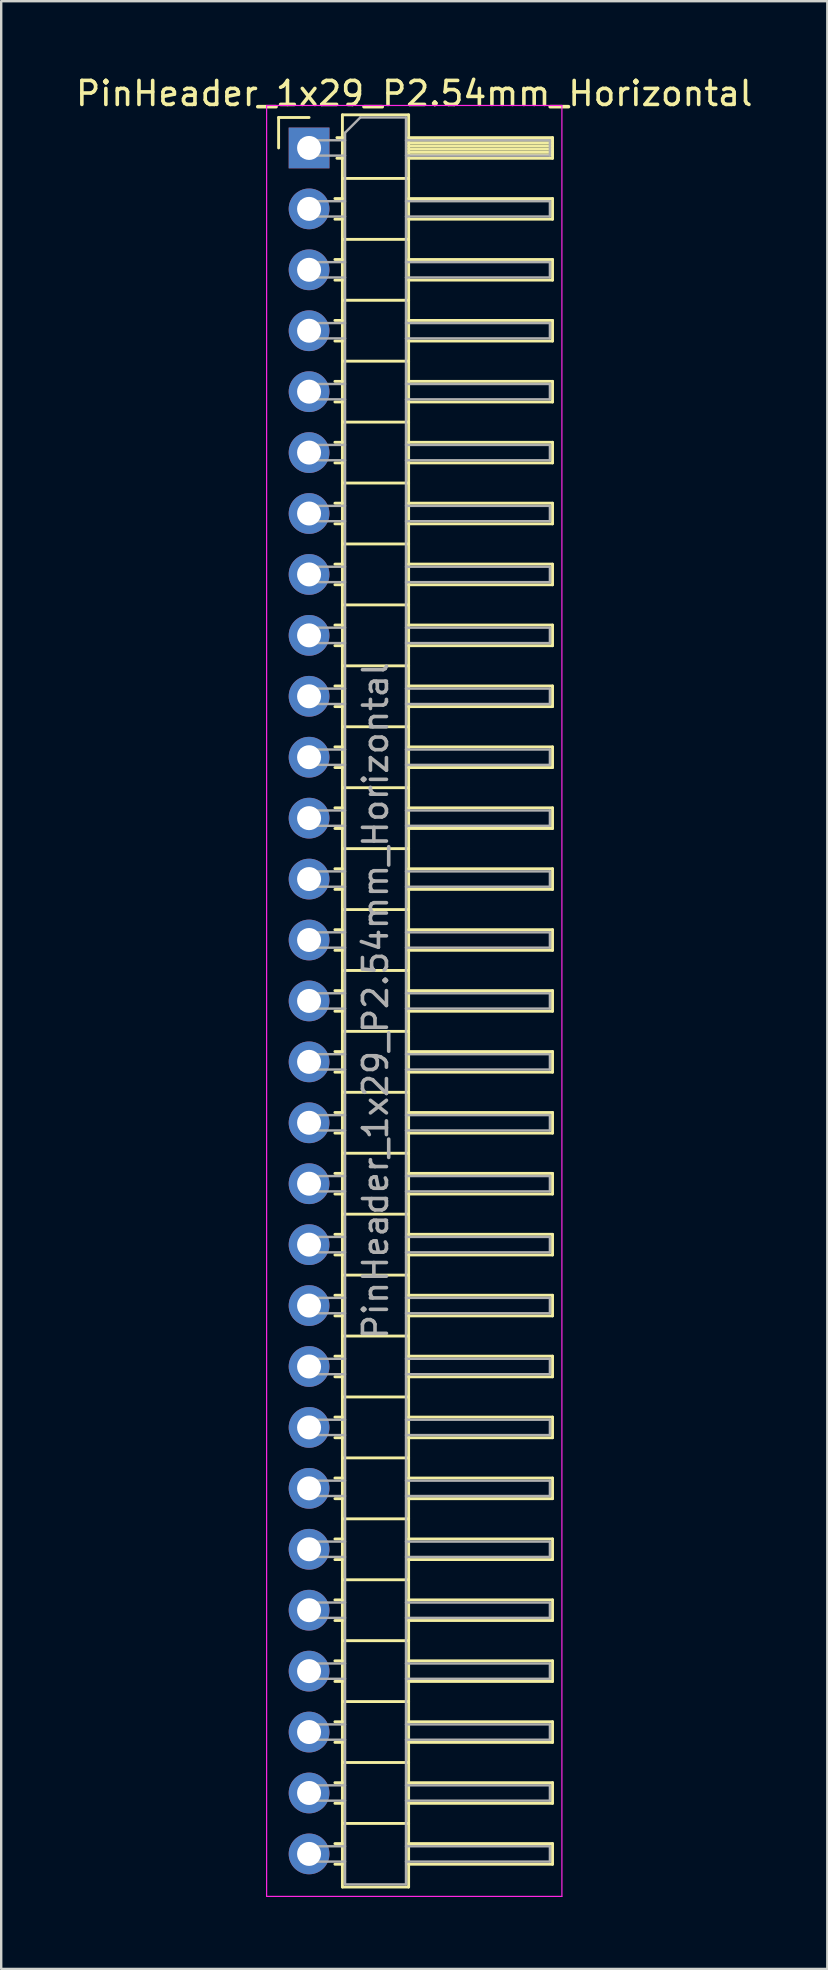
<source format=kicad_pcb>
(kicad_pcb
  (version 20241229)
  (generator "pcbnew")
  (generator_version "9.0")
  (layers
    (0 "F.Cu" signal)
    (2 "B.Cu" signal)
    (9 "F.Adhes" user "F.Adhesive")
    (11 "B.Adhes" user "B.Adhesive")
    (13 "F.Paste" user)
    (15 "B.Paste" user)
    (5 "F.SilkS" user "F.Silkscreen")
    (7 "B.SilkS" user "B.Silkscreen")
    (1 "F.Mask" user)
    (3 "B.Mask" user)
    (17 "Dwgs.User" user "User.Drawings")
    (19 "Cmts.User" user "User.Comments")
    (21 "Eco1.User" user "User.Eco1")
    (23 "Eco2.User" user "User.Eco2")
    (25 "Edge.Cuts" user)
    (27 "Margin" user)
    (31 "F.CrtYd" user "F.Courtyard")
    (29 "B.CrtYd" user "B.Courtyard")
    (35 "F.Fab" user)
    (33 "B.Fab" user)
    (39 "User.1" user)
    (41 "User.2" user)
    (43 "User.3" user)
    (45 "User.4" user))
  (footprint "PinHeader_1x29_P2.54mm_Horizontal"
    (layer "F.Cu")
    (at 9.835 3.118)
    (property "Reference" "PinHeader_1x29_P2.54mm_Horizontal" (at 4.385 -2.27 0) (layer "F.SilkS") (effects (font (size 1 1) (thickness 0.15))))
    (attr through_hole)
    (fp_line (start -1.27 -1.27) (end 0 -1.27) (stroke (width 0.12) (type solid)) (layer "F.SilkS"))
    (fp_line (start -1.27 0) (end -1.27 -1.27) (stroke (width 0.12) (type solid)) (layer "F.SilkS"))
    (fp_line (start 1.077 2.11) (end 1.39 2.11) (stroke (width 0.12) (type solid)) (layer "F.SilkS"))
    (fp_line (start 1.077 2.97) (end 1.39 2.97) (stroke (width 0.12) (type solid)) (layer "F.SilkS"))
    (fp_line (start 1.077 4.65) (end 1.39 4.65) (stroke (width 0.12) (type solid)) (layer "F.SilkS"))
    (fp_line (start 1.077 5.51) (end 1.39 5.51) (stroke (width 0.12) (type solid)) (layer "F.SilkS"))
    (fp_line (start 1.077 7.19) (end 1.39 7.19) (stroke (width 0.12) (type solid)) (layer "F.SilkS"))
    (fp_line (start 1.077 8.05) (end 1.39 8.05) (stroke (width 0.12) (type solid)) (layer "F.SilkS"))
    (fp_line (start 1.077 9.73) (end 1.39 9.73) (stroke (width 0.12) (type solid)) (layer "F.SilkS"))
    (fp_line (start 1.077 10.59) (end 1.39 10.59) (stroke (width 0.12) (type solid)) (layer "F.SilkS"))
    (fp_line (start 1.077 12.27) (end 1.39 12.27) (stroke (width 0.12) (type solid)) (layer "F.SilkS"))
    (fp_line (start 1.077 13.13) (end 1.39 13.13) (stroke (width 0.12) (type solid)) (layer "F.SilkS"))
    (fp_line (start 1.077 14.81) (end 1.39 14.81) (stroke (width 0.12) (type solid)) (layer "F.SilkS"))
    (fp_line (start 1.077 15.67) (end 1.39 15.67) (stroke (width 0.12) (type solid)) (layer "F.SilkS"))
    (fp_line (start 1.077 17.35) (end 1.39 17.35) (stroke (width 0.12) (type solid)) (layer "F.SilkS"))
    (fp_line (start 1.077 18.21) (end 1.39 18.21) (stroke (width 0.12) (type solid)) (layer "F.SilkS"))
    (fp_line (start 1.077 19.89) (end 1.39 19.89) (stroke (width 0.12) (type solid)) (layer "F.SilkS"))
    (fp_line (start 1.077 20.75) (end 1.39 20.75) (stroke (width 0.12) (type solid)) (layer "F.SilkS"))
    (fp_line (start 1.077 22.43) (end 1.39 22.43) (stroke (width 0.12) (type solid)) (layer "F.SilkS"))
    (fp_line (start 1.077 23.29) (end 1.39 23.29) (stroke (width 0.12) (type solid)) (layer "F.SilkS"))
    (fp_line (start 1.077 24.97) (end 1.39 24.97) (stroke (width 0.12) (type solid)) (layer "F.SilkS"))
    (fp_line (start 1.077 25.83) (end 1.39 25.83) (stroke (width 0.12) (type solid)) (layer "F.SilkS"))
    (fp_line (start 1.077 27.51) (end 1.39 27.51) (stroke (width 0.12) (type solid)) (layer "F.SilkS"))
    (fp_line (start 1.077 28.37) (end 1.39 28.37) (stroke (width 0.12) (type solid)) (layer "F.SilkS"))
    (fp_line (start 1.077 30.05) (end 1.39 30.05) (stroke (width 0.12) (type solid)) (layer "F.SilkS"))
    (fp_line (start 1.077 30.91) (end 1.39 30.91) (stroke (width 0.12) (type solid)) (layer "F.SilkS"))
    (fp_line (start 1.077 32.59) (end 1.39 32.59) (stroke (width 0.12) (type solid)) (layer "F.SilkS"))
    (fp_line (start 1.077 33.45) (end 1.39 33.45) (stroke (width 0.12) (type solid)) (layer "F.SilkS"))
    (fp_line (start 1.077 35.13) (end 1.39 35.13) (stroke (width 0.12) (type solid)) (layer "F.SilkS"))
    (fp_line (start 1.077 35.99) (end 1.39 35.99) (stroke (width 0.12) (type solid)) (layer "F.SilkS"))
    (fp_line (start 1.077 37.67) (end 1.39 37.67) (stroke (width 0.12) (type solid)) (layer "F.SilkS"))
    (fp_line (start 1.077 38.53) (end 1.39 38.53) (stroke (width 0.12) (type solid)) (layer "F.SilkS"))
    (fp_line (start 1.077 40.21) (end 1.39 40.21) (stroke (width 0.12) (type solid)) (layer "F.SilkS"))
    (fp_line (start 1.077 41.07) (end 1.39 41.07) (stroke (width 0.12) (type solid)) (layer "F.SilkS"))
    (fp_line (start 1.077 42.75) (end 1.39 42.75) (stroke (width 0.12) (type solid)) (layer "F.SilkS"))
    (fp_line (start 1.077 43.61) (end 1.39 43.61) (stroke (width 0.12) (type solid)) (layer "F.SilkS"))
    (fp_line (start 1.077 45.29) (end 1.39 45.29) (stroke (width 0.12) (type solid)) (layer "F.SilkS"))
    (fp_line (start 1.077 46.15) (end 1.39 46.15) (stroke (width 0.12) (type solid)) (layer "F.SilkS"))
    (fp_line (start 1.077 47.83) (end 1.39 47.83) (stroke (width 0.12) (type solid)) (layer "F.SilkS"))
    (fp_line (start 1.077 48.69) (end 1.39 48.69) (stroke (width 0.12) (type solid)) (layer "F.SilkS"))
    (fp_line (start 1.077 50.37) (end 1.39 50.37) (stroke (width 0.12) (type solid)) (layer "F.SilkS"))
    (fp_line (start 1.077 51.23) (end 1.39 51.23) (stroke (width 0.12) (type solid)) (layer "F.SilkS"))
    (fp_line (start 1.077 52.91) (end 1.39 52.91) (stroke (width 0.12) (type solid)) (layer "F.SilkS"))
    (fp_line (start 1.077 53.77) (end 1.39 53.77) (stroke (width 0.12) (type solid)) (layer "F.SilkS"))
    (fp_line (start 1.077 55.45) (end 1.39 55.45) (stroke (width 0.12) (type solid)) (layer "F.SilkS"))
    (fp_line (start 1.077 56.31) (end 1.39 56.31) (stroke (width 0.12) (type solid)) (layer "F.SilkS"))
    (fp_line (start 1.077 57.99) (end 1.39 57.99) (stroke (width 0.12) (type solid)) (layer "F.SilkS"))
    (fp_line (start 1.077 58.85) (end 1.39 58.85) (stroke (width 0.12) (type solid)) (layer "F.SilkS"))
    (fp_line (start 1.077 60.53) (end 1.39 60.53) (stroke (width 0.12) (type solid)) (layer "F.SilkS"))
    (fp_line (start 1.077 61.39) (end 1.39 61.39) (stroke (width 0.12) (type solid)) (layer "F.SilkS"))
    (fp_line (start 1.077 63.07) (end 1.39 63.07) (stroke (width 0.12) (type solid)) (layer "F.SilkS"))
    (fp_line (start 1.077 63.93) (end 1.39 63.93) (stroke (width 0.12) (type solid)) (layer "F.SilkS"))
    (fp_line (start 1.077 65.61) (end 1.39 65.61) (stroke (width 0.12) (type solid)) (layer "F.SilkS"))
    (fp_line (start 1.077 66.47) (end 1.39 66.47) (stroke (width 0.12) (type solid)) (layer "F.SilkS"))
    (fp_line (start 1.077 68.15) (end 1.39 68.15) (stroke (width 0.12) (type solid)) (layer "F.SilkS"))
    (fp_line (start 1.077 69.01) (end 1.39 69.01) (stroke (width 0.12) (type solid)) (layer "F.SilkS"))
    (fp_line (start 1.077 70.69) (end 1.39 70.69) (stroke (width 0.12) (type solid)) (layer "F.SilkS"))
    (fp_line (start 1.077 71.55) (end 1.39 71.55) (stroke (width 0.12) (type solid)) (layer "F.SilkS"))
    (fp_line (start 1.16 -0.43) (end 1.39 -0.43) (stroke (width 0.12) (type solid)) (layer "F.SilkS"))
    (fp_line (start 1.16 0.43) (end 1.39 0.43) (stroke (width 0.12) (type solid)) (layer "F.SilkS"))
    (fp_line (start 1.39 -1.38) (end 1.39 72.5) (stroke (width 0.12) (type solid)) (layer "F.SilkS"))
    (fp_line (start 1.39 1.27) (end 4.15 1.27) (stroke (width 0.12) (type solid)) (layer "F.SilkS"))
    (fp_line (start 1.39 3.81) (end 4.15 3.81) (stroke (width 0.12) (type solid)) (layer "F.SilkS"))
    (fp_line (start 1.39 6.35) (end 4.15 6.35) (stroke (width 0.12) (type solid)) (layer "F.SilkS"))
    (fp_line (start 1.39 8.89) (end 4.15 8.89) (stroke (width 0.12) (type solid)) (layer "F.SilkS"))
    (fp_line (start 1.39 11.43) (end 4.15 11.43) (stroke (width 0.12) (type solid)) (layer "F.SilkS"))
    (fp_line (start 1.39 13.97) (end 4.15 13.97) (stroke (width 0.12) (type solid)) (layer "F.SilkS"))
    (fp_line (start 1.39 16.51) (end 4.15 16.51) (stroke (width 0.12) (type solid)) (layer "F.SilkS"))
    (fp_line (start 1.39 19.05) (end 4.15 19.05) (stroke (width 0.12) (type solid)) (layer "F.SilkS"))
    (fp_line (start 1.39 21.59) (end 4.15 21.59) (stroke (width 0.12) (type solid)) (layer "F.SilkS"))
    (fp_line (start 1.39 24.13) (end 4.15 24.13) (stroke (width 0.12) (type solid)) (layer "F.SilkS"))
    (fp_line (start 1.39 26.67) (end 4.15 26.67) (stroke (width 0.12) (type solid)) (layer "F.SilkS"))
    (fp_line (start 1.39 29.21) (end 4.15 29.21) (stroke (width 0.12) (type solid)) (layer "F.SilkS"))
    (fp_line (start 1.39 31.75) (end 4.15 31.75) (stroke (width 0.12) (type solid)) (layer "F.SilkS"))
    (fp_line (start 1.39 34.29) (end 4.15 34.29) (stroke (width 0.12) (type solid)) (layer "F.SilkS"))
    (fp_line (start 1.39 36.83) (end 4.15 36.83) (stroke (width 0.12) (type solid)) (layer "F.SilkS"))
    (fp_line (start 1.39 39.37) (end 4.15 39.37) (stroke (width 0.12) (type solid)) (layer "F.SilkS"))
    (fp_line (start 1.39 41.91) (end 4.15 41.91) (stroke (width 0.12) (type solid)) (layer "F.SilkS"))
    (fp_line (start 1.39 44.45) (end 4.15 44.45) (stroke (width 0.12) (type solid)) (layer "F.SilkS"))
    (fp_line (start 1.39 46.99) (end 4.15 46.99) (stroke (width 0.12) (type solid)) (layer "F.SilkS"))
    (fp_line (start 1.39 49.53) (end 4.15 49.53) (stroke (width 0.12) (type solid)) (layer "F.SilkS"))
    (fp_line (start 1.39 52.07) (end 4.15 52.07) (stroke (width 0.12) (type solid)) (layer "F.SilkS"))
    (fp_line (start 1.39 54.61) (end 4.15 54.61) (stroke (width 0.12) (type solid)) (layer "F.SilkS"))
    (fp_line (start 1.39 57.15) (end 4.15 57.15) (stroke (width 0.12) (type solid)) (layer "F.SilkS"))
    (fp_line (start 1.39 59.69) (end 4.15 59.69) (stroke (width 0.12) (type solid)) (layer "F.SilkS"))
    (fp_line (start 1.39 62.23) (end 4.15 62.23) (stroke (width 0.12) (type solid)) (layer "F.SilkS"))
    (fp_line (start 1.39 64.77) (end 4.15 64.77) (stroke (width 0.12) (type solid)) (layer "F.SilkS"))
    (fp_line (start 1.39 67.31) (end 4.15 67.31) (stroke (width 0.12) (type solid)) (layer "F.SilkS"))
    (fp_line (start 1.39 69.85) (end 4.15 69.85) (stroke (width 0.12) (type solid)) (layer "F.SilkS"))
    (fp_line (start 1.39 72.5) (end 4.15 72.5) (stroke (width 0.12) (type solid)) (layer "F.SilkS"))
    (fp_line (start 4.15 -1.38) (end 1.39 -1.38) (stroke (width 0.12) (type solid)) (layer "F.SilkS"))
    (fp_line (start 4.15 -0.43) (end 10.15 -0.43) (stroke (width 0.12) (type solid)) (layer "F.SilkS"))
    (fp_line (start 4.15 -0.32) (end 10.15 -0.32) (stroke (width 0.12) (type solid)) (layer "F.SilkS"))
    (fp_line (start 4.15 -0.2) (end 10.15 -0.2) (stroke (width 0.12) (type solid)) (layer "F.SilkS"))
    (fp_line (start 4.15 -0.08) (end 10.15 -0.08) (stroke (width 0.12) (type solid)) (layer "F.SilkS"))
    (fp_line (start 4.15 0.04) (end 10.15 0.04) (stroke (width 0.12) (type solid)) (layer "F.SilkS"))
    (fp_line (start 4.15 0.16) (end 10.15 0.16) (stroke (width 0.12) (type solid)) (layer "F.SilkS"))
    (fp_line (start 4.15 0.28) (end 10.15 0.28) (stroke (width 0.12) (type solid)) (layer "F.SilkS"))
    (fp_line (start 4.15 2.11) (end 10.15 2.11) (stroke (width 0.12) (type solid)) (layer "F.SilkS"))
    (fp_line (start 4.15 4.65) (end 10.15 4.65) (stroke (width 0.12) (type solid)) (layer "F.SilkS"))
    (fp_line (start 4.15 7.19) (end 10.15 7.19) (stroke (width 0.12) (type solid)) (layer "F.SilkS"))
    (fp_line (start 4.15 9.73) (end 10.15 9.73) (stroke (width 0.12) (type solid)) (layer "F.SilkS"))
    (fp_line (start 4.15 12.27) (end 10.15 12.27) (stroke (width 0.12) (type solid)) (layer "F.SilkS"))
    (fp_line (start 4.15 14.81) (end 10.15 14.81) (stroke (width 0.12) (type solid)) (layer "F.SilkS"))
    (fp_line (start 4.15 17.35) (end 10.15 17.35) (stroke (width 0.12) (type solid)) (layer "F.SilkS"))
    (fp_line (start 4.15 19.89) (end 10.15 19.89) (stroke (width 0.12) (type solid)) (layer "F.SilkS"))
    (fp_line (start 4.15 22.43) (end 10.15 22.43) (stroke (width 0.12) (type solid)) (layer "F.SilkS"))
    (fp_line (start 4.15 24.97) (end 10.15 24.97) (stroke (width 0.12) (type solid)) (layer "F.SilkS"))
    (fp_line (start 4.15 27.51) (end 10.15 27.51) (stroke (width 0.12) (type solid)) (layer "F.SilkS"))
    (fp_line (start 4.15 30.05) (end 10.15 30.05) (stroke (width 0.12) (type solid)) (layer "F.SilkS"))
    (fp_line (start 4.15 32.59) (end 10.15 32.59) (stroke (width 0.12) (type solid)) (layer "F.SilkS"))
    (fp_line (start 4.15 35.13) (end 10.15 35.13) (stroke (width 0.12) (type solid)) (layer "F.SilkS"))
    (fp_line (start 4.15 37.67) (end 10.15 37.67) (stroke (width 0.12) (type solid)) (layer "F.SilkS"))
    (fp_line (start 4.15 40.21) (end 10.15 40.21) (stroke (width 0.12) (type solid)) (layer "F.SilkS"))
    (fp_line (start 4.15 42.75) (end 10.15 42.75) (stroke (width 0.12) (type solid)) (layer "F.SilkS"))
    (fp_line (start 4.15 45.29) (end 10.15 45.29) (stroke (width 0.12) (type solid)) (layer "F.SilkS"))
    (fp_line (start 4.15 47.83) (end 10.15 47.83) (stroke (width 0.12) (type solid)) (layer "F.SilkS"))
    (fp_line (start 4.15 50.37) (end 10.15 50.37) (stroke (width 0.12) (type solid)) (layer "F.SilkS"))
    (fp_line (start 4.15 52.91) (end 10.15 52.91) (stroke (width 0.12) (type solid)) (layer "F.SilkS"))
    (fp_line (start 4.15 55.45) (end 10.15 55.45) (stroke (width 0.12) (type solid)) (layer "F.SilkS"))
    (fp_line (start 4.15 57.99) (end 10.15 57.99) (stroke (width 0.12) (type solid)) (layer "F.SilkS"))
    (fp_line (start 4.15 60.53) (end 10.15 60.53) (stroke (width 0.12) (type solid)) (layer "F.SilkS"))
    (fp_line (start 4.15 63.07) (end 10.15 63.07) (stroke (width 0.12) (type solid)) (layer "F.SilkS"))
    (fp_line (start 4.15 65.61) (end 10.15 65.61) (stroke (width 0.12) (type solid)) (layer "F.SilkS"))
    (fp_line (start 4.15 68.15) (end 10.15 68.15) (stroke (width 0.12) (type solid)) (layer "F.SilkS"))
    (fp_line (start 4.15 70.69) (end 10.15 70.69) (stroke (width 0.12) (type solid)) (layer "F.SilkS"))
    (fp_line (start 4.15 72.5) (end 4.15 -1.38) (stroke (width 0.12) (type solid)) (layer "F.SilkS"))
    (fp_line (start 10.15 -0.43) (end 10.15 0.43) (stroke (width 0.12) (type solid)) (layer "F.SilkS"))
    (fp_line (start 10.15 0.43) (end 4.15 0.43) (stroke (width 0.12) (type solid)) (layer "F.SilkS"))
    (fp_line (start 10.15 2.11) (end 10.15 2.97) (stroke (width 0.12) (type solid)) (layer "F.SilkS"))
    (fp_line (start 10.15 2.97) (end 4.15 2.97) (stroke (width 0.12) (type solid)) (layer "F.SilkS"))
    (fp_line (start 10.15 4.65) (end 10.15 5.51) (stroke (width 0.12) (type solid)) (layer "F.SilkS"))
    (fp_line (start 10.15 5.51) (end 4.15 5.51) (stroke (width 0.12) (type solid)) (layer "F.SilkS"))
    (fp_line (start 10.15 7.19) (end 10.15 8.05) (stroke (width 0.12) (type solid)) (layer "F.SilkS"))
    (fp_line (start 10.15 8.05) (end 4.15 8.05) (stroke (width 0.12) (type solid)) (layer "F.SilkS"))
    (fp_line (start 10.15 9.73) (end 10.15 10.59) (stroke (width 0.12) (type solid)) (layer "F.SilkS"))
    (fp_line (start 10.15 10.59) (end 4.15 10.59) (stroke (width 0.12) (type solid)) (layer "F.SilkS"))
    (fp_line (start 10.15 12.27) (end 10.15 13.13) (stroke (width 0.12) (type solid)) (layer "F.SilkS"))
    (fp_line (start 10.15 13.13) (end 4.15 13.13) (stroke (width 0.12) (type solid)) (layer "F.SilkS"))
    (fp_line (start 10.15 14.81) (end 10.15 15.67) (stroke (width 0.12) (type solid)) (layer "F.SilkS"))
    (fp_line (start 10.15 15.67) (end 4.15 15.67) (stroke (width 0.12) (type solid)) (layer "F.SilkS"))
    (fp_line (start 10.15 17.35) (end 10.15 18.21) (stroke (width 0.12) (type solid)) (layer "F.SilkS"))
    (fp_line (start 10.15 18.21) (end 4.15 18.21) (stroke (width 0.12) (type solid)) (layer "F.SilkS"))
    (fp_line (start 10.15 19.89) (end 10.15 20.75) (stroke (width 0.12) (type solid)) (layer "F.SilkS"))
    (fp_line (start 10.15 20.75) (end 4.15 20.75) (stroke (width 0.12) (type solid)) (layer "F.SilkS"))
    (fp_line (start 10.15 22.43) (end 10.15 23.29) (stroke (width 0.12) (type solid)) (layer "F.SilkS"))
    (fp_line (start 10.15 23.29) (end 4.15 23.29) (stroke (width 0.12) (type solid)) (layer "F.SilkS"))
    (fp_line (start 10.15 24.97) (end 10.15 25.83) (stroke (width 0.12) (type solid)) (layer "F.SilkS"))
    (fp_line (start 10.15 25.83) (end 4.15 25.83) (stroke (width 0.12) (type solid)) (layer "F.SilkS"))
    (fp_line (start 10.15 27.51) (end 10.15 28.37) (stroke (width 0.12) (type solid)) (layer "F.SilkS"))
    (fp_line (start 10.15 28.37) (end 4.15 28.37) (stroke (width 0.12) (type solid)) (layer "F.SilkS"))
    (fp_line (start 10.15 30.05) (end 10.15 30.91) (stroke (width 0.12) (type solid)) (layer "F.SilkS"))
    (fp_line (start 10.15 30.91) (end 4.15 30.91) (stroke (width 0.12) (type solid)) (layer "F.SilkS"))
    (fp_line (start 10.15 32.59) (end 10.15 33.45) (stroke (width 0.12) (type solid)) (layer "F.SilkS"))
    (fp_line (start 10.15 33.45) (end 4.15 33.45) (stroke (width 0.12) (type solid)) (layer "F.SilkS"))
    (fp_line (start 10.15 35.13) (end 10.15 35.99) (stroke (width 0.12) (type solid)) (layer "F.SilkS"))
    (fp_line (start 10.15 35.99) (end 4.15 35.99) (stroke (width 0.12) (type solid)) (layer "F.SilkS"))
    (fp_line (start 10.15 37.67) (end 10.15 38.53) (stroke (width 0.12) (type solid)) (layer "F.SilkS"))
    (fp_line (start 10.15 38.53) (end 4.15 38.53) (stroke (width 0.12) (type solid)) (layer "F.SilkS"))
    (fp_line (start 10.15 40.21) (end 10.15 41.07) (stroke (width 0.12) (type solid)) (layer "F.SilkS"))
    (fp_line (start 10.15 41.07) (end 4.15 41.07) (stroke (width 0.12) (type solid)) (layer "F.SilkS"))
    (fp_line (start 10.15 42.75) (end 10.15 43.61) (stroke (width 0.12) (type solid)) (layer "F.SilkS"))
    (fp_line (start 10.15 43.61) (end 4.15 43.61) (stroke (width 0.12) (type solid)) (layer "F.SilkS"))
    (fp_line (start 10.15 45.29) (end 10.15 46.15) (stroke (width 0.12) (type solid)) (layer "F.SilkS"))
    (fp_line (start 10.15 46.15) (end 4.15 46.15) (stroke (width 0.12) (type solid)) (layer "F.SilkS"))
    (fp_line (start 10.15 47.83) (end 10.15 48.69) (stroke (width 0.12) (type solid)) (layer "F.SilkS"))
    (fp_line (start 10.15 48.69) (end 4.15 48.69) (stroke (width 0.12) (type solid)) (layer "F.SilkS"))
    (fp_line (start 10.15 50.37) (end 10.15 51.23) (stroke (width 0.12) (type solid)) (layer "F.SilkS"))
    (fp_line (start 10.15 51.23) (end 4.15 51.23) (stroke (width 0.12) (type solid)) (layer "F.SilkS"))
    (fp_line (start 10.15 52.91) (end 10.15 53.77) (stroke (width 0.12) (type solid)) (layer "F.SilkS"))
    (fp_line (start 10.15 53.77) (end 4.15 53.77) (stroke (width 0.12) (type solid)) (layer "F.SilkS"))
    (fp_line (start 10.15 55.45) (end 10.15 56.31) (stroke (width 0.12) (type solid)) (layer "F.SilkS"))
    (fp_line (start 10.15 56.31) (end 4.15 56.31) (stroke (width 0.12) (type solid)) (layer "F.SilkS"))
    (fp_line (start 10.15 57.99) (end 10.15 58.85) (stroke (width 0.12) (type solid)) (layer "F.SilkS"))
    (fp_line (start 10.15 58.85) (end 4.15 58.85) (stroke (width 0.12) (type solid)) (layer "F.SilkS"))
    (fp_line (start 10.15 60.53) (end 10.15 61.39) (stroke (width 0.12) (type solid)) (layer "F.SilkS"))
    (fp_line (start 10.15 61.39) (end 4.15 61.39) (stroke (width 0.12) (type solid)) (layer "F.SilkS"))
    (fp_line (start 10.15 63.07) (end 10.15 63.93) (stroke (width 0.12) (type solid)) (layer "F.SilkS"))
    (fp_line (start 10.15 63.93) (end 4.15 63.93) (stroke (width 0.12) (type solid)) (layer "F.SilkS"))
    (fp_line (start 10.15 65.61) (end 10.15 66.47) (stroke (width 0.12) (type solid)) (layer "F.SilkS"))
    (fp_line (start 10.15 66.47) (end 4.15 66.47) (stroke (width 0.12) (type solid)) (layer "F.SilkS"))
    (fp_line (start 10.15 68.15) (end 10.15 69.01) (stroke (width 0.12) (type solid)) (layer "F.SilkS"))
    (fp_line (start 10.15 69.01) (end 4.15 69.01) (stroke (width 0.12) (type solid)) (layer "F.SilkS"))
    (fp_line (start 10.15 70.69) (end 10.15 71.55) (stroke (width 0.12) (type solid)) (layer "F.SilkS"))
    (fp_line (start 10.15 71.55) (end 4.15 71.55) (stroke (width 0.12) (type solid)) (layer "F.SilkS"))
    (fp_line (start -1.77 -1.77) (end -1.77 72.89) (stroke (width 0.05) (type solid)) (layer "F.CrtYd"))
    (fp_line (start -1.77 72.89) (end 10.54 72.89) (stroke (width 0.05) (type solid)) (layer "F.CrtYd"))
    (fp_line (start 10.54 -1.77) (end -1.77 -1.77) (stroke (width 0.05) (type solid)) (layer "F.CrtYd"))
    (fp_line (start 10.54 72.89) (end 10.54 -1.77) (stroke (width 0.05) (type solid)) (layer "F.CrtYd"))
    (fp_line (start -0.32 -0.32) (end -0.32 0.32) (stroke (width 0.1) (type solid)) (layer "F.Fab"))
    (fp_line (start -0.32 -0.32) (end 1.5 -0.32) (stroke (width 0.1) (type solid)) (layer "F.Fab"))
    (fp_line (start -0.32 0.32) (end 1.5 0.32) (stroke (width 0.1) (type solid)) (layer "F.Fab"))
    (fp_line (start -0.32 2.22) (end -0.32 2.86) (stroke (width 0.1) (type solid)) (layer "F.Fab"))
    (fp_line (start -0.32 2.22) (end 1.5 2.22) (stroke (width 0.1) (type solid)) (layer "F.Fab"))
    (fp_line (start -0.32 2.86) (end 1.5 2.86) (stroke (width 0.1) (type solid)) (layer "F.Fab"))
    (fp_line (start -0.32 4.76) (end -0.32 5.4) (stroke (width 0.1) (type solid)) (layer "F.Fab"))
    (fp_line (start -0.32 4.76) (end 1.5 4.76) (stroke (width 0.1) (type solid)) (layer "F.Fab"))
    (fp_line (start -0.32 5.4) (end 1.5 5.4) (stroke (width 0.1) (type solid)) (layer "F.Fab"))
    (fp_line (start -0.32 7.3) (end -0.32 7.94) (stroke (width 0.1) (type solid)) (layer "F.Fab"))
    (fp_line (start -0.32 7.3) (end 1.5 7.3) (stroke (width 0.1) (type solid)) (layer "F.Fab"))
    (fp_line (start -0.32 7.94) (end 1.5 7.94) (stroke (width 0.1) (type solid)) (layer "F.Fab"))
    (fp_line (start -0.32 9.84) (end -0.32 10.48) (stroke (width 0.1) (type solid)) (layer "F.Fab"))
    (fp_line (start -0.32 9.84) (end 1.5 9.84) (stroke (width 0.1) (type solid)) (layer "F.Fab"))
    (fp_line (start -0.32 10.48) (end 1.5 10.48) (stroke (width 0.1) (type solid)) (layer "F.Fab"))
    (fp_line (start -0.32 12.38) (end -0.32 13.02) (stroke (width 0.1) (type solid)) (layer "F.Fab"))
    (fp_line (start -0.32 12.38) (end 1.5 12.38) (stroke (width 0.1) (type solid)) (layer "F.Fab"))
    (fp_line (start -0.32 13.02) (end 1.5 13.02) (stroke (width 0.1) (type solid)) (layer "F.Fab"))
    (fp_line (start -0.32 14.92) (end -0.32 15.56) (stroke (width 0.1) (type solid)) (layer "F.Fab"))
    (fp_line (start -0.32 14.92) (end 1.5 14.92) (stroke (width 0.1) (type solid)) (layer "F.Fab"))
    (fp_line (start -0.32 15.56) (end 1.5 15.56) (stroke (width 0.1) (type solid)) (layer "F.Fab"))
    (fp_line (start -0.32 17.46) (end -0.32 18.1) (stroke (width 0.1) (type solid)) (layer "F.Fab"))
    (fp_line (start -0.32 17.46) (end 1.5 17.46) (stroke (width 0.1) (type solid)) (layer "F.Fab"))
    (fp_line (start -0.32 18.1) (end 1.5 18.1) (stroke (width 0.1) (type solid)) (layer "F.Fab"))
    (fp_line (start -0.32 20) (end -0.32 20.64) (stroke (width 0.1) (type solid)) (layer "F.Fab"))
    (fp_line (start -0.32 20) (end 1.5 20) (stroke (width 0.1) (type solid)) (layer "F.Fab"))
    (fp_line (start -0.32 20.64) (end 1.5 20.64) (stroke (width 0.1) (type solid)) (layer "F.Fab"))
    (fp_line (start -0.32 22.54) (end -0.32 23.18) (stroke (width 0.1) (type solid)) (layer "F.Fab"))
    (fp_line (start -0.32 22.54) (end 1.5 22.54) (stroke (width 0.1) (type solid)) (layer "F.Fab"))
    (fp_line (start -0.32 23.18) (end 1.5 23.18) (stroke (width 0.1) (type solid)) (layer "F.Fab"))
    (fp_line (start -0.32 25.08) (end -0.32 25.72) (stroke (width 0.1) (type solid)) (layer "F.Fab"))
    (fp_line (start -0.32 25.08) (end 1.5 25.08) (stroke (width 0.1) (type solid)) (layer "F.Fab"))
    (fp_line (start -0.32 25.72) (end 1.5 25.72) (stroke (width 0.1) (type solid)) (layer "F.Fab"))
    (fp_line (start -0.32 27.62) (end -0.32 28.26) (stroke (width 0.1) (type solid)) (layer "F.Fab"))
    (fp_line (start -0.32 27.62) (end 1.5 27.62) (stroke (width 0.1) (type solid)) (layer "F.Fab"))
    (fp_line (start -0.32 28.26) (end 1.5 28.26) (stroke (width 0.1) (type solid)) (layer "F.Fab"))
    (fp_line (start -0.32 30.16) (end -0.32 30.8) (stroke (width 0.1) (type solid)) (layer "F.Fab"))
    (fp_line (start -0.32 30.16) (end 1.5 30.16) (stroke (width 0.1) (type solid)) (layer "F.Fab"))
    (fp_line (start -0.32 30.8) (end 1.5 30.8) (stroke (width 0.1) (type solid)) (layer "F.Fab"))
    (fp_line (start -0.32 32.7) (end -0.32 33.34) (stroke (width 0.1) (type solid)) (layer "F.Fab"))
    (fp_line (start -0.32 32.7) (end 1.5 32.7) (stroke (width 0.1) (type solid)) (layer "F.Fab"))
    (fp_line (start -0.32 33.34) (end 1.5 33.34) (stroke (width 0.1) (type solid)) (layer "F.Fab"))
    (fp_line (start -0.32 35.24) (end -0.32 35.88) (stroke (width 0.1) (type solid)) (layer "F.Fab"))
    (fp_line (start -0.32 35.24) (end 1.5 35.24) (stroke (width 0.1) (type solid)) (layer "F.Fab"))
    (fp_line (start -0.32 35.88) (end 1.5 35.88) (stroke (width 0.1) (type solid)) (layer "F.Fab"))
    (fp_line (start -0.32 37.78) (end -0.32 38.42) (stroke (width 0.1) (type solid)) (layer "F.Fab"))
    (fp_line (start -0.32 37.78) (end 1.5 37.78) (stroke (width 0.1) (type solid)) (layer "F.Fab"))
    (fp_line (start -0.32 38.42) (end 1.5 38.42) (stroke (width 0.1) (type solid)) (layer "F.Fab"))
    (fp_line (start -0.32 40.32) (end -0.32 40.96) (stroke (width 0.1) (type solid)) (layer "F.Fab"))
    (fp_line (start -0.32 40.32) (end 1.5 40.32) (stroke (width 0.1) (type solid)) (layer "F.Fab"))
    (fp_line (start -0.32 40.96) (end 1.5 40.96) (stroke (width 0.1) (type solid)) (layer "F.Fab"))
    (fp_line (start -0.32 42.86) (end -0.32 43.5) (stroke (width 0.1) (type solid)) (layer "F.Fab"))
    (fp_line (start -0.32 42.86) (end 1.5 42.86) (stroke (width 0.1) (type solid)) (layer "F.Fab"))
    (fp_line (start -0.32 43.5) (end 1.5 43.5) (stroke (width 0.1) (type solid)) (layer "F.Fab"))
    (fp_line (start -0.32 45.4) (end -0.32 46.04) (stroke (width 0.1) (type solid)) (layer "F.Fab"))
    (fp_line (start -0.32 45.4) (end 1.5 45.4) (stroke (width 0.1) (type solid)) (layer "F.Fab"))
    (fp_line (start -0.32 46.04) (end 1.5 46.04) (stroke (width 0.1) (type solid)) (layer "F.Fab"))
    (fp_line (start -0.32 47.94) (end -0.32 48.58) (stroke (width 0.1) (type solid)) (layer "F.Fab"))
    (fp_line (start -0.32 47.94) (end 1.5 47.94) (stroke (width 0.1) (type solid)) (layer "F.Fab"))
    (fp_line (start -0.32 48.58) (end 1.5 48.58) (stroke (width 0.1) (type solid)) (layer "F.Fab"))
    (fp_line (start -0.32 50.48) (end -0.32 51.12) (stroke (width 0.1) (type solid)) (layer "F.Fab"))
    (fp_line (start -0.32 50.48) (end 1.5 50.48) (stroke (width 0.1) (type solid)) (layer "F.Fab"))
    (fp_line (start -0.32 51.12) (end 1.5 51.12) (stroke (width 0.1) (type solid)) (layer "F.Fab"))
    (fp_line (start -0.32 53.02) (end -0.32 53.66) (stroke (width 0.1) (type solid)) (layer "F.Fab"))
    (fp_line (start -0.32 53.02) (end 1.5 53.02) (stroke (width 0.1) (type solid)) (layer "F.Fab"))
    (fp_line (start -0.32 53.66) (end 1.5 53.66) (stroke (width 0.1) (type solid)) (layer "F.Fab"))
    (fp_line (start -0.32 55.56) (end -0.32 56.2) (stroke (width 0.1) (type solid)) (layer "F.Fab"))
    (fp_line (start -0.32 55.56) (end 1.5 55.56) (stroke (width 0.1) (type solid)) (layer "F.Fab"))
    (fp_line (start -0.32 56.2) (end 1.5 56.2) (stroke (width 0.1) (type solid)) (layer "F.Fab"))
    (fp_line (start -0.32 58.1) (end -0.32 58.74) (stroke (width 0.1) (type solid)) (layer "F.Fab"))
    (fp_line (start -0.32 58.1) (end 1.5 58.1) (stroke (width 0.1) (type solid)) (layer "F.Fab"))
    (fp_line (start -0.32 58.74) (end 1.5 58.74) (stroke (width 0.1) (type solid)) (layer "F.Fab"))
    (fp_line (start -0.32 60.64) (end -0.32 61.28) (stroke (width 0.1) (type solid)) (layer "F.Fab"))
    (fp_line (start -0.32 60.64) (end 1.5 60.64) (stroke (width 0.1) (type solid)) (layer "F.Fab"))
    (fp_line (start -0.32 61.28) (end 1.5 61.28) (stroke (width 0.1) (type solid)) (layer "F.Fab"))
    (fp_line (start -0.32 63.18) (end -0.32 63.82) (stroke (width 0.1) (type solid)) (layer "F.Fab"))
    (fp_line (start -0.32 63.18) (end 1.5 63.18) (stroke (width 0.1) (type solid)) (layer "F.Fab"))
    (fp_line (start -0.32 63.82) (end 1.5 63.82) (stroke (width 0.1) (type solid)) (layer "F.Fab"))
    (fp_line (start -0.32 65.72) (end -0.32 66.36) (stroke (width 0.1) (type solid)) (layer "F.Fab"))
    (fp_line (start -0.32 65.72) (end 1.5 65.72) (stroke (width 0.1) (type solid)) (layer "F.Fab"))
    (fp_line (start -0.32 66.36) (end 1.5 66.36) (stroke (width 0.1) (type solid)) (layer "F.Fab"))
    (fp_line (start -0.32 68.26) (end -0.32 68.9) (stroke (width 0.1) (type solid)) (layer "F.Fab"))
    (fp_line (start -0.32 68.26) (end 1.5 68.26) (stroke (width 0.1) (type solid)) (layer "F.Fab"))
    (fp_line (start -0.32 68.9) (end 1.5 68.9) (stroke (width 0.1) (type solid)) (layer "F.Fab"))
    (fp_line (start -0.32 70.8) (end -0.32 71.44) (stroke (width 0.1) (type solid)) (layer "F.Fab"))
    (fp_line (start -0.32 70.8) (end 1.5 70.8) (stroke (width 0.1) (type solid)) (layer "F.Fab"))
    (fp_line (start -0.32 71.44) (end 1.5 71.44) (stroke (width 0.1) (type solid)) (layer "F.Fab"))
    (fp_line (start 1.5 -0.635) (end 2.135 -1.27) (stroke (width 0.1) (type solid)) (layer "F.Fab"))
    (fp_line (start 1.5 72.39) (end 1.5 -0.635) (stroke (width 0.1) (type solid)) (layer "F.Fab"))
    (fp_line (start 2.135 -1.27) (end 4.04 -1.27) (stroke (width 0.1) (type solid)) (layer "F.Fab"))
    (fp_line (start 4.04 -1.27) (end 4.04 72.39) (stroke (width 0.1) (type solid)) (layer "F.Fab"))
    (fp_line (start 4.04 -0.32) (end 10.04 -0.32) (stroke (width 0.1) (type solid)) (layer "F.Fab"))
    (fp_line (start 4.04 0.32) (end 10.04 0.32) (stroke (width 0.1) (type solid)) (layer "F.Fab"))
    (fp_line (start 4.04 2.22) (end 10.04 2.22) (stroke (width 0.1) (type solid)) (layer "F.Fab"))
    (fp_line (start 4.04 2.86) (end 10.04 2.86) (stroke (width 0.1) (type solid)) (layer "F.Fab"))
    (fp_line (start 4.04 4.76) (end 10.04 4.76) (stroke (width 0.1) (type solid)) (layer "F.Fab"))
    (fp_line (start 4.04 5.4) (end 10.04 5.4) (stroke (width 0.1) (type solid)) (layer "F.Fab"))
    (fp_line (start 4.04 7.3) (end 10.04 7.3) (stroke (width 0.1) (type solid)) (layer "F.Fab"))
    (fp_line (start 4.04 7.94) (end 10.04 7.94) (stroke (width 0.1) (type solid)) (layer "F.Fab"))
    (fp_line (start 4.04 9.84) (end 10.04 9.84) (stroke (width 0.1) (type solid)) (layer "F.Fab"))
    (fp_line (start 4.04 10.48) (end 10.04 10.48) (stroke (width 0.1) (type solid)) (layer "F.Fab"))
    (fp_line (start 4.04 12.38) (end 10.04 12.38) (stroke (width 0.1) (type solid)) (layer "F.Fab"))
    (fp_line (start 4.04 13.02) (end 10.04 13.02) (stroke (width 0.1) (type solid)) (layer "F.Fab"))
    (fp_line (start 4.04 14.92) (end 10.04 14.92) (stroke (width 0.1) (type solid)) (layer "F.Fab"))
    (fp_line (start 4.04 15.56) (end 10.04 15.56) (stroke (width 0.1) (type solid)) (layer "F.Fab"))
    (fp_line (start 4.04 17.46) (end 10.04 17.46) (stroke (width 0.1) (type solid)) (layer "F.Fab"))
    (fp_line (start 4.04 18.1) (end 10.04 18.1) (stroke (width 0.1) (type solid)) (layer "F.Fab"))
    (fp_line (start 4.04 20) (end 10.04 20) (stroke (width 0.1) (type solid)) (layer "F.Fab"))
    (fp_line (start 4.04 20.64) (end 10.04 20.64) (stroke (width 0.1) (type solid)) (layer "F.Fab"))
    (fp_line (start 4.04 22.54) (end 10.04 22.54) (stroke (width 0.1) (type solid)) (layer "F.Fab"))
    (fp_line (start 4.04 23.18) (end 10.04 23.18) (stroke (width 0.1) (type solid)) (layer "F.Fab"))
    (fp_line (start 4.04 25.08) (end 10.04 25.08) (stroke (width 0.1) (type solid)) (layer "F.Fab"))
    (fp_line (start 4.04 25.72) (end 10.04 25.72) (stroke (width 0.1) (type solid)) (layer "F.Fab"))
    (fp_line (start 4.04 27.62) (end 10.04 27.62) (stroke (width 0.1) (type solid)) (layer "F.Fab"))
    (fp_line (start 4.04 28.26) (end 10.04 28.26) (stroke (width 0.1) (type solid)) (layer "F.Fab"))
    (fp_line (start 4.04 30.16) (end 10.04 30.16) (stroke (width 0.1) (type solid)) (layer "F.Fab"))
    (fp_line (start 4.04 30.8) (end 10.04 30.8) (stroke (width 0.1) (type solid)) (layer "F.Fab"))
    (fp_line (start 4.04 32.7) (end 10.04 32.7) (stroke (width 0.1) (type solid)) (layer "F.Fab"))
    (fp_line (start 4.04 33.34) (end 10.04 33.34) (stroke (width 0.1) (type solid)) (layer "F.Fab"))
    (fp_line (start 4.04 35.24) (end 10.04 35.24) (stroke (width 0.1) (type solid)) (layer "F.Fab"))
    (fp_line (start 4.04 35.88) (end 10.04 35.88) (stroke (width 0.1) (type solid)) (layer "F.Fab"))
    (fp_line (start 4.04 37.78) (end 10.04 37.78) (stroke (width 0.1) (type solid)) (layer "F.Fab"))
    (fp_line (start 4.04 38.42) (end 10.04 38.42) (stroke (width 0.1) (type solid)) (layer "F.Fab"))
    (fp_line (start 4.04 40.32) (end 10.04 40.32) (stroke (width 0.1) (type solid)) (layer "F.Fab"))
    (fp_line (start 4.04 40.96) (end 10.04 40.96) (stroke (width 0.1) (type solid)) (layer "F.Fab"))
    (fp_line (start 4.04 42.86) (end 10.04 42.86) (stroke (width 0.1) (type solid)) (layer "F.Fab"))
    (fp_line (start 4.04 43.5) (end 10.04 43.5) (stroke (width 0.1) (type solid)) (layer "F.Fab"))
    (fp_line (start 4.04 45.4) (end 10.04 45.4) (stroke (width 0.1) (type solid)) (layer "F.Fab"))
    (fp_line (start 4.04 46.04) (end 10.04 46.04) (stroke (width 0.1) (type solid)) (layer "F.Fab"))
    (fp_line (start 4.04 47.94) (end 10.04 47.94) (stroke (width 0.1) (type solid)) (layer "F.Fab"))
    (fp_line (start 4.04 48.58) (end 10.04 48.58) (stroke (width 0.1) (type solid)) (layer "F.Fab"))
    (fp_line (start 4.04 50.48) (end 10.04 50.48) (stroke (width 0.1) (type solid)) (layer "F.Fab"))
    (fp_line (start 4.04 51.12) (end 10.04 51.12) (stroke (width 0.1) (type solid)) (layer "F.Fab"))
    (fp_line (start 4.04 53.02) (end 10.04 53.02) (stroke (width 0.1) (type solid)) (layer "F.Fab"))
    (fp_line (start 4.04 53.66) (end 10.04 53.66) (stroke (width 0.1) (type solid)) (layer "F.Fab"))
    (fp_line (start 4.04 55.56) (end 10.04 55.56) (stroke (width 0.1) (type solid)) (layer "F.Fab"))
    (fp_line (start 4.04 56.2) (end 10.04 56.2) (stroke (width 0.1) (type solid)) (layer "F.Fab"))
    (fp_line (start 4.04 58.1) (end 10.04 58.1) (stroke (width 0.1) (type solid)) (layer "F.Fab"))
    (fp_line (start 4.04 58.74) (end 10.04 58.74) (stroke (width 0.1) (type solid)) (layer "F.Fab"))
    (fp_line (start 4.04 60.64) (end 10.04 60.64) (stroke (width 0.1) (type solid)) (layer "F.Fab"))
    (fp_line (start 4.04 61.28) (end 10.04 61.28) (stroke (width 0.1) (type solid)) (layer "F.Fab"))
    (fp_line (start 4.04 63.18) (end 10.04 63.18) (stroke (width 0.1) (type solid)) (layer "F.Fab"))
    (fp_line (start 4.04 63.82) (end 10.04 63.82) (stroke (width 0.1) (type solid)) (layer "F.Fab"))
    (fp_line (start 4.04 65.72) (end 10.04 65.72) (stroke (width 0.1) (type solid)) (layer "F.Fab"))
    (fp_line (start 4.04 66.36) (end 10.04 66.36) (stroke (width 0.1) (type solid)) (layer "F.Fab"))
    (fp_line (start 4.04 68.26) (end 10.04 68.26) (stroke (width 0.1) (type solid)) (layer "F.Fab"))
    (fp_line (start 4.04 68.9) (end 10.04 68.9) (stroke (width 0.1) (type solid)) (layer "F.Fab"))
    (fp_line (start 4.04 70.8) (end 10.04 70.8) (stroke (width 0.1) (type solid)) (layer "F.Fab"))
    (fp_line (start 4.04 71.44) (end 10.04 71.44) (stroke (width 0.1) (type solid)) (layer "F.Fab"))
    (fp_line (start 4.04 72.39) (end 1.5 72.39) (stroke (width 0.1) (type solid)) (layer "F.Fab"))
    (fp_line (start 10.04 -0.32) (end 10.04 0.32) (stroke (width 0.1) (type solid)) (layer "F.Fab"))
    (fp_line (start 10.04 2.22) (end 10.04 2.86) (stroke (width 0.1) (type solid)) (layer "F.Fab"))
    (fp_line (start 10.04 4.76) (end 10.04 5.4) (stroke (width 0.1) (type solid)) (layer "F.Fab"))
    (fp_line (start 10.04 7.3) (end 10.04 7.94) (stroke (width 0.1) (type solid)) (layer "F.Fab"))
    (fp_line (start 10.04 9.84) (end 10.04 10.48) (stroke (width 0.1) (type solid)) (layer "F.Fab"))
    (fp_line (start 10.04 12.38) (end 10.04 13.02) (stroke (width 0.1) (type solid)) (layer "F.Fab"))
    (fp_line (start 10.04 14.92) (end 10.04 15.56) (stroke (width 0.1) (type solid)) (layer "F.Fab"))
    (fp_line (start 10.04 17.46) (end 10.04 18.1) (stroke (width 0.1) (type solid)) (layer "F.Fab"))
    (fp_line (start 10.04 20) (end 10.04 20.64) (stroke (width 0.1) (type solid)) (layer "F.Fab"))
    (fp_line (start 10.04 22.54) (end 10.04 23.18) (stroke (width 0.1) (type solid)) (layer "F.Fab"))
    (fp_line (start 10.04 25.08) (end 10.04 25.72) (stroke (width 0.1) (type solid)) (layer "F.Fab"))
    (fp_line (start 10.04 27.62) (end 10.04 28.26) (stroke (width 0.1) (type solid)) (layer "F.Fab"))
    (fp_line (start 10.04 30.16) (end 10.04 30.8) (stroke (width 0.1) (type solid)) (layer "F.Fab"))
    (fp_line (start 10.04 32.7) (end 10.04 33.34) (stroke (width 0.1) (type solid)) (layer "F.Fab"))
    (fp_line (start 10.04 35.24) (end 10.04 35.88) (stroke (width 0.1) (type solid)) (layer "F.Fab"))
    (fp_line (start 10.04 37.78) (end 10.04 38.42) (stroke (width 0.1) (type solid)) (layer "F.Fab"))
    (fp_line (start 10.04 40.32) (end 10.04 40.96) (stroke (width 0.1) (type solid)) (layer "F.Fab"))
    (fp_line (start 10.04 42.86) (end 10.04 43.5) (stroke (width 0.1) (type solid)) (layer "F.Fab"))
    (fp_line (start 10.04 45.4) (end 10.04 46.04) (stroke (width 0.1) (type solid)) (layer "F.Fab"))
    (fp_line (start 10.04 47.94) (end 10.04 48.58) (stroke (width 0.1) (type solid)) (layer "F.Fab"))
    (fp_line (start 10.04 50.48) (end 10.04 51.12) (stroke (width 0.1) (type solid)) (layer "F.Fab"))
    (fp_line (start 10.04 53.02) (end 10.04 53.66) (stroke (width 0.1) (type solid)) (layer "F.Fab"))
    (fp_line (start 10.04 55.56) (end 10.04 56.2) (stroke (width 0.1) (type solid)) (layer "F.Fab"))
    (fp_line (start 10.04 58.1) (end 10.04 58.74) (stroke (width 0.1) (type solid)) (layer "F.Fab"))
    (fp_line (start 10.04 60.64) (end 10.04 61.28) (stroke (width 0.1) (type solid)) (layer "F.Fab"))
    (fp_line (start 10.04 63.18) (end 10.04 63.82) (stroke (width 0.1) (type solid)) (layer "F.Fab"))
    (fp_line (start 10.04 65.72) (end 10.04 66.36) (stroke (width 0.1) (type solid)) (layer "F.Fab"))
    (fp_line (start 10.04 68.26) (end 10.04 68.9) (stroke (width 0.1) (type solid)) (layer "F.Fab"))
    (fp_line (start 10.04 70.8) (end 10.04 71.44) (stroke (width 0.1) (type solid)) (layer "F.Fab"))
    (fp_text user "${REFERENCE}" (at 2.77 35.56 90) (layer "F.Fab") (effects (font (size 1 1) (thickness 0.15))))
    (pad "1" thru_hole rect (at 0 0) (size 1.7 1.7) (drill 1) (layers "*.Cu" "*.Mask"))
    (pad "2" thru_hole circle (at 0 2.54) (size 1.7 1.7) (drill 1) (layers "*.Cu" "*.Mask"))
    (pad "3" thru_hole circle (at 0 5.08) (size 1.7 1.7) (drill 1) (layers "*.Cu" "*.Mask"))
    (pad "4" thru_hole circle (at 0 7.62) (size 1.7 1.7) (drill 1) (layers "*.Cu" "*.Mask"))
    (pad "5" thru_hole circle (at 0 10.16) (size 1.7 1.7) (drill 1) (layers "*.Cu" "*.Mask"))
    (pad "6" thru_hole circle (at 0 12.7) (size 1.7 1.7) (drill 1) (layers "*.Cu" "*.Mask"))
    (pad "7" thru_hole circle (at 0 15.24) (size 1.7 1.7) (drill 1) (layers "*.Cu" "*.Mask"))
    (pad "8" thru_hole circle (at 0 17.78) (size 1.7 1.7) (drill 1) (layers "*.Cu" "*.Mask"))
    (pad "9" thru_hole circle (at 0 20.32) (size 1.7 1.7) (drill 1) (layers "*.Cu" "*.Mask"))
    (pad "10" thru_hole circle (at 0 22.86) (size 1.7 1.7) (drill 1) (layers "*.Cu" "*.Mask"))
    (pad "11" thru_hole circle (at 0 25.4) (size 1.7 1.7) (drill 1) (layers "*.Cu" "*.Mask"))
    (pad "12" thru_hole circle (at 0 27.94) (size 1.7 1.7) (drill 1) (layers "*.Cu" "*.Mask"))
    (pad "13" thru_hole circle (at 0 30.48) (size 1.7 1.7) (drill 1) (layers "*.Cu" "*.Mask"))
    (pad "14" thru_hole circle (at 0 33.02) (size 1.7 1.7) (drill 1) (layers "*.Cu" "*.Mask"))
    (pad "15" thru_hole circle (at 0 35.56) (size 1.7 1.7) (drill 1) (layers "*.Cu" "*.Mask"))
    (pad "16" thru_hole circle (at 0 38.1) (size 1.7 1.7) (drill 1) (layers "*.Cu" "*.Mask"))
    (pad "17" thru_hole circle (at 0 40.64) (size 1.7 1.7) (drill 1) (layers "*.Cu" "*.Mask"))
    (pad "18" thru_hole circle (at 0 43.18) (size 1.7 1.7) (drill 1) (layers "*.Cu" "*.Mask"))
    (pad "19" thru_hole circle (at 0 45.72) (size 1.7 1.7) (drill 1) (layers "*.Cu" "*.Mask"))
    (pad "20" thru_hole circle (at 0 48.26) (size 1.7 1.7) (drill 1) (layers "*.Cu" "*.Mask"))
    (pad "21" thru_hole circle (at 0 50.8) (size 1.7 1.7) (drill 1) (layers "*.Cu" "*.Mask"))
    (pad "22" thru_hole circle (at 0 53.34) (size 1.7 1.7) (drill 1) (layers "*.Cu" "*.Mask"))
    (pad "23" thru_hole circle (at 0 55.88) (size 1.7 1.7) (drill 1) (layers "*.Cu" "*.Mask"))
    (pad "24" thru_hole circle (at 0 58.42) (size 1.7 1.7) (drill 1) (layers "*.Cu" "*.Mask"))
    (pad "25" thru_hole circle (at 0 60.96) (size 1.7 1.7) (drill 1) (layers "*.Cu" "*.Mask"))
    (pad "26" thru_hole circle (at 0 63.5) (size 1.7 1.7) (drill 1) (layers "*.Cu" "*.Mask"))
    (pad "27" thru_hole circle (at 0 66.04) (size 1.7 1.7) (drill 1) (layers "*.Cu" "*.Mask"))
    (pad "28" thru_hole circle (at 0 68.58) (size 1.7 1.7) (drill 1) (layers "*.Cu" "*.Mask"))
    (pad "29" thru_hole circle (at 0 71.12) (size 1.7 1.7) (drill 1) (layers "*.Cu" "*.Mask")))
  (gr_rect
    (start -3 -3)
    (end 31.44 79.033)
    (stroke (width 0.1) (type default))
    (fill no)
    (layer "Edge.Cuts")))
</source>
